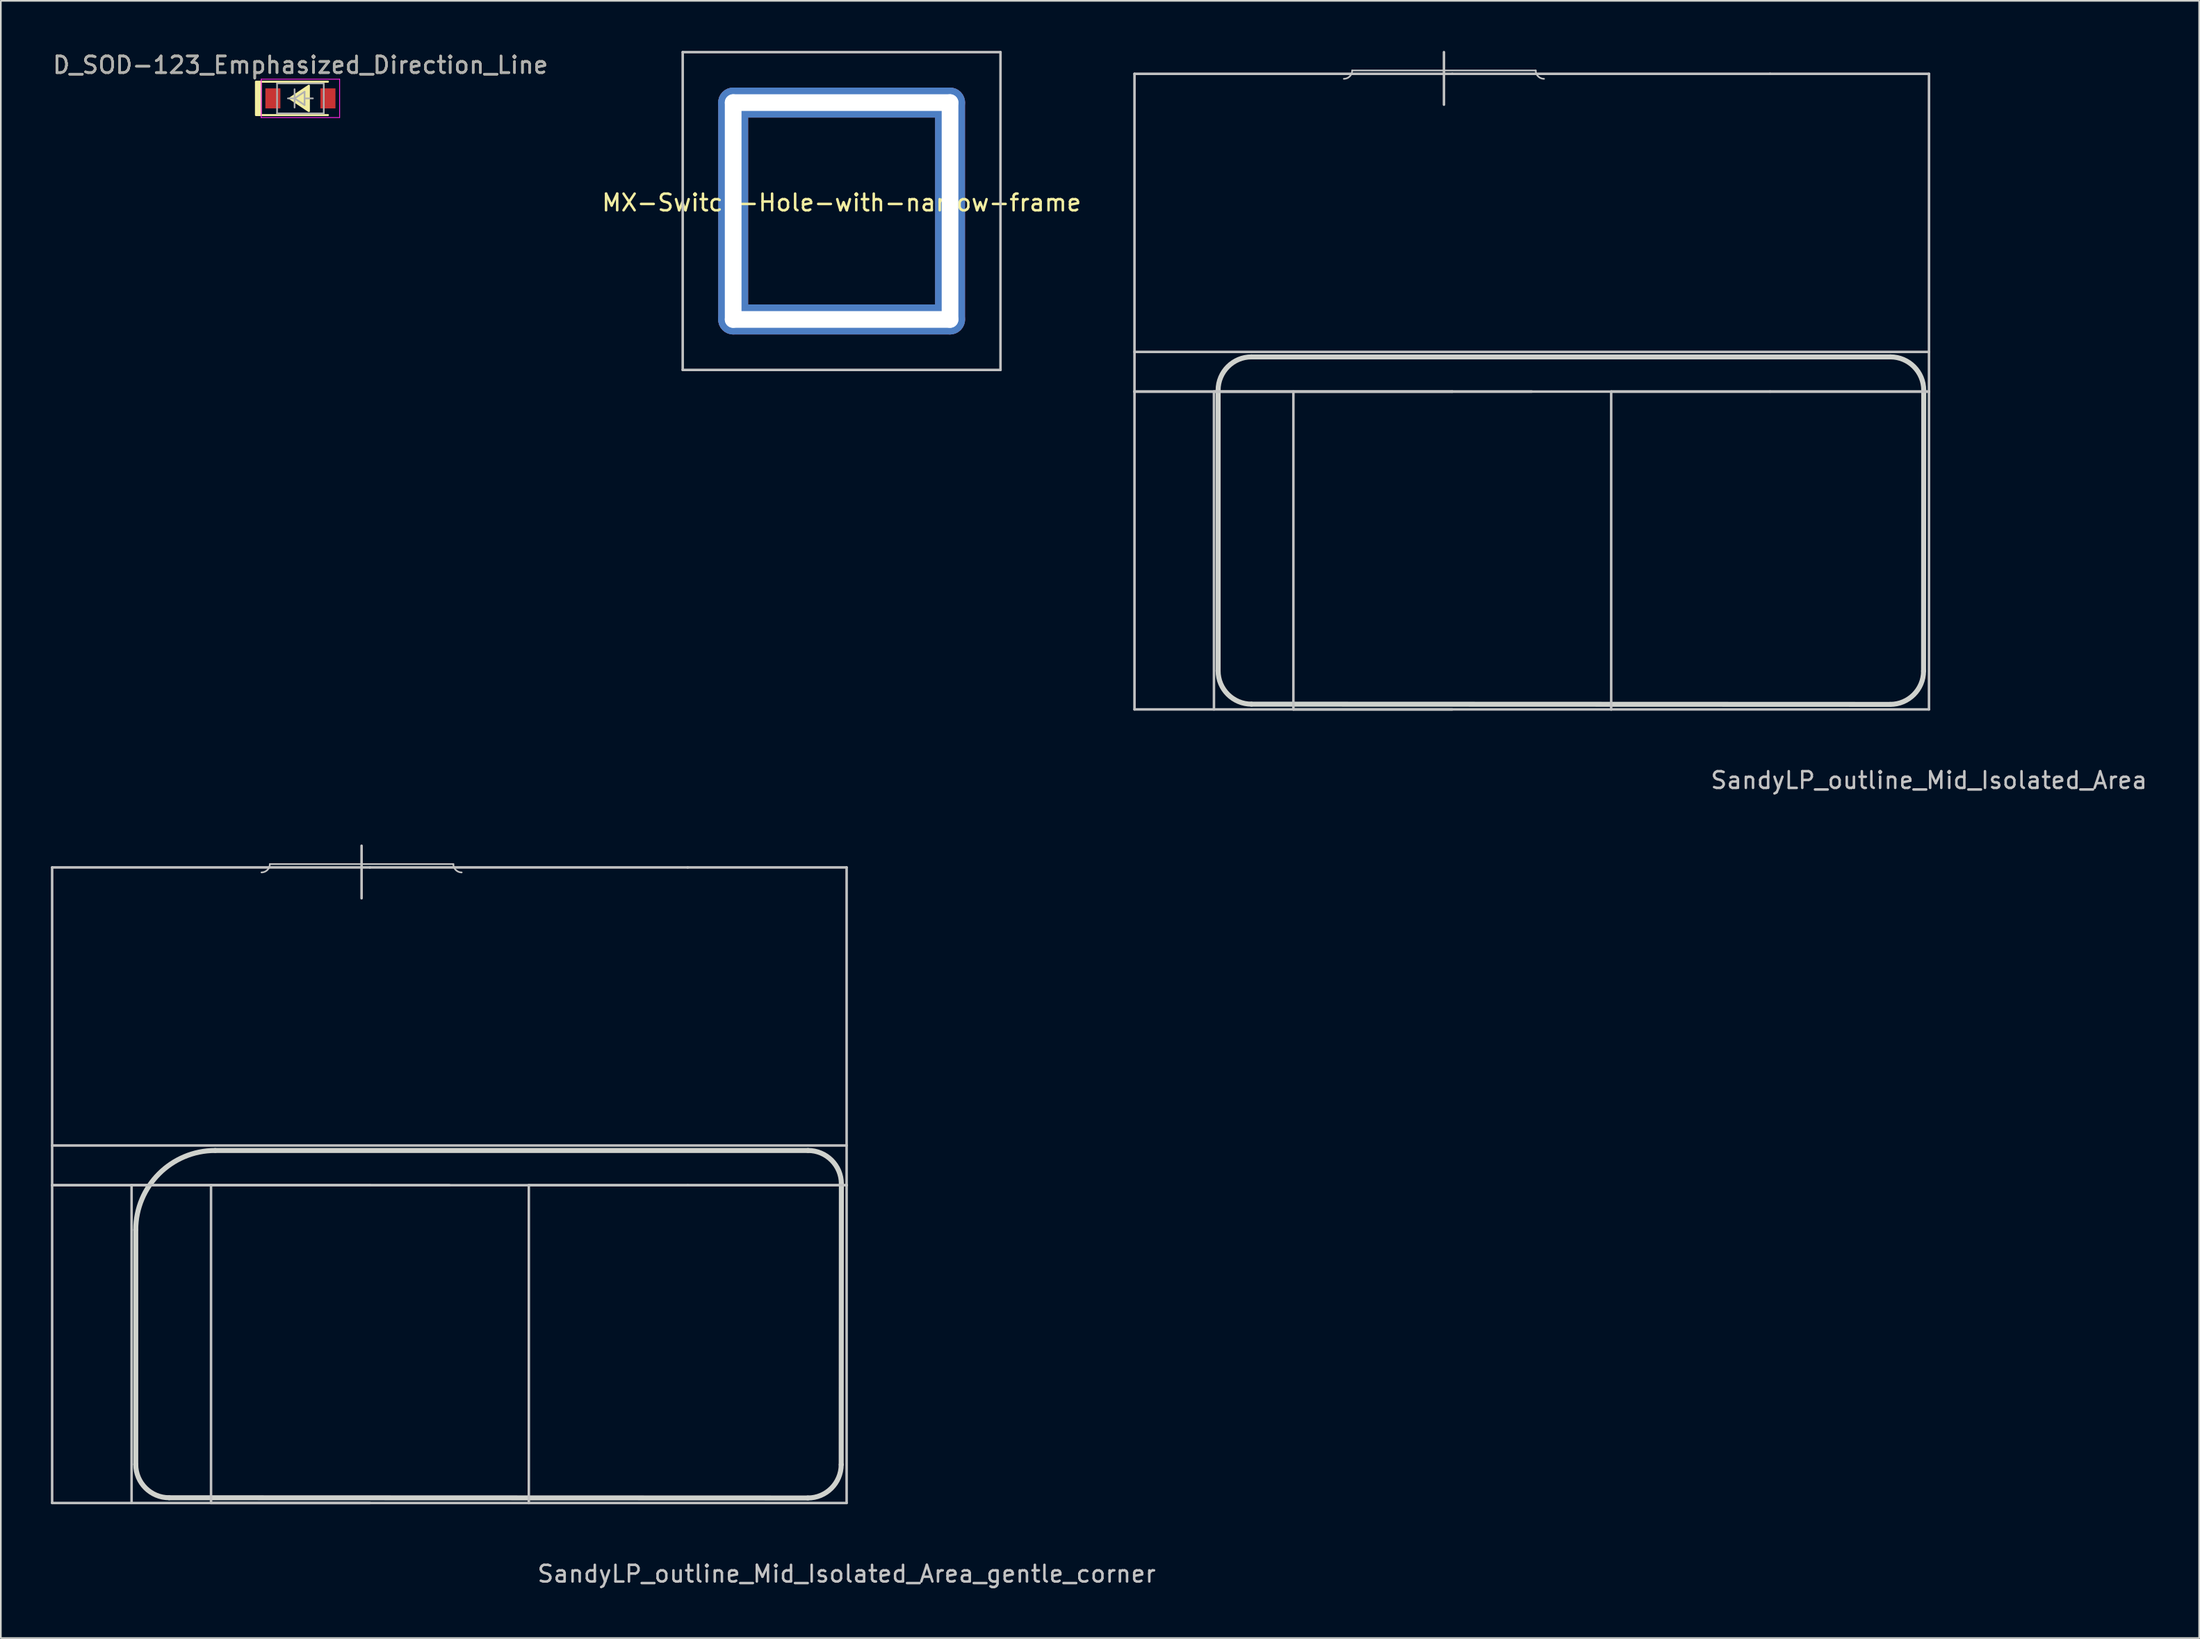
<source format=kicad_pcb>
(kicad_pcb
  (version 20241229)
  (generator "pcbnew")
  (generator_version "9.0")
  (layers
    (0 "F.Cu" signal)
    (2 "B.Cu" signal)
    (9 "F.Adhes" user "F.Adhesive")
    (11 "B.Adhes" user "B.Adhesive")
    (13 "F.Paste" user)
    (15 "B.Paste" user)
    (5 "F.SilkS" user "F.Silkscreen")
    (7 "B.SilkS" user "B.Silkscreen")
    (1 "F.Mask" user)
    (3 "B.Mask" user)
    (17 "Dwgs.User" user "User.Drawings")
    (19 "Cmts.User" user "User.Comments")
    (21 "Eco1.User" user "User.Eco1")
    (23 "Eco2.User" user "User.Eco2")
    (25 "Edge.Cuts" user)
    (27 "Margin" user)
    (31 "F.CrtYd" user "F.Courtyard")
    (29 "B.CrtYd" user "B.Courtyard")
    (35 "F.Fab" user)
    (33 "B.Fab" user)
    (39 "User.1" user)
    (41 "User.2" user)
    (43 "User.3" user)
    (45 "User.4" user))
  (footprint "MX-Switch-Hole-with-narrow-frame"
    (layer "F.Cu")
    (at 47.399 9.6)
    (property "Reference" "MX-Switch-Hole-with-narrow-frame" (at 0 -0.5 0) (unlocked yes) (layer "F.SilkS") (effects (font (size 1 1) (thickness 0.15))))
    (attr through_hole)
    (fp_line (start -9.525 -9.525) (end 9.525 -9.525) (stroke (width 0.15) (type solid)) (layer "Dwgs.User"))
    (fp_line (start -9.525 9.525) (end -9.525 -9.525) (stroke (width 0.15) (type solid)) (layer "Dwgs.User"))
    (fp_line (start 9.525 -9.525) (end 9.525 9.525) (stroke (width 0.15) (type solid)) (layer "Dwgs.User"))
    (fp_line (start 9.525 9.525) (end -9.525 9.525) (stroke (width 0.15) (type solid)) (layer "Dwgs.User"))
    (pad "" np_thru_hole roundrect (at -6.5 0 90) (size 14.8 1.8) (drill oval 14 1) (layers "*.Cu" "*.Mask") (roundrect_rratio 0.5))
    (pad "" np_thru_hole roundrect (at 0 -6.5) (size 14.8 1.8) (drill oval 14 1) (layers "*.Cu" "*.Mask") (roundrect_rratio 0.5))
    (pad "" np_thru_hole roundrect (at 0 6.5) (size 14.8 1.8) (drill oval 14 1) (layers "*.Cu" "*.Mask") (roundrect_rratio 0.5))
    (pad "" np_thru_hole roundrect (at 6.5 0 90) (size 14.8 1.8) (drill oval 14 1) (layers "*.Cu" "*.Mask") (roundrect_rratio 0.5)))
  (footprint "D_SOD-123_Emphasized_Direction_Line"
    (layer "F.Cu")
    (at 14.958 2.848)
    (property "Reference" "D_SOD-123_Emphasized_Direction_Line" (at 0 -2 0) (layer "F.SilkS") (effects (font (size 1 1) (thickness 0.15))))
    (attr smd)
    (fp_line (start -2.35 -1) (end 1.65 -1) (stroke (width 0.12) (type solid)) (layer "F.SilkS"))
    (fp_line (start -2.35 1) (end 1.65 1) (stroke (width 0.12) (type solid)) (layer "F.SilkS"))
    (fp_rect (start -2.375 -1) (end -2.665 1) (stroke (width 0.12) (type solid)) (fill yes) (layer "F.SilkS"))
    (fp_poly (pts (xy 0.508 0.762) (xy -0.635 0) (xy 0.508 -0.762)) (stroke (width 0.12) (type solid)) (fill yes) (layer "F.SilkS"))
    (fp_line (start -2.35 -1.15) (end -2.35 1.15) (stroke (width 0.05) (type solid)) (layer "F.CrtYd"))
    (fp_line (start -2.35 -1.15) (end 2.35 -1.15) (stroke (width 0.05) (type solid)) (layer "F.CrtYd"))
    (fp_line (start 2.35 -1.15) (end 2.35 1.15) (stroke (width 0.05) (type solid)) (layer "F.CrtYd"))
    (fp_line (start 2.35 1.15) (end -2.35 1.15) (stroke (width 0.05) (type solid)) (layer "F.CrtYd"))
    (fp_line (start -1.4 -0.9) (end 1.4 -0.9) (stroke (width 0.1) (type solid)) (layer "F.Fab"))
    (fp_line (start -1.4 0.9) (end -1.4 -0.9) (stroke (width 0.1) (type solid)) (layer "F.Fab"))
    (fp_line (start -0.75 0) (end -0.35 0) (stroke (width 0.1) (type solid)) (layer "F.Fab"))
    (fp_line (start -0.35 0) (end -0.35 -0.55) (stroke (width 0.1) (type solid)) (layer "F.Fab"))
    (fp_line (start -0.35 0) (end -0.35 0.55) (stroke (width 0.1) (type solid)) (layer "F.Fab"))
    (fp_line (start -0.35 0) (end 0.25 -0.4) (stroke (width 0.1) (type solid)) (layer "F.Fab"))
    (fp_line (start 0.25 -0.4) (end 0.25 0.4) (stroke (width 0.1) (type solid)) (layer "F.Fab"))
    (fp_line (start 0.25 0) (end 0.75 0) (stroke (width 0.1) (type solid)) (layer "F.Fab"))
    (fp_line (start 0.25 0.4) (end -0.35 0) (stroke (width 0.1) (type solid)) (layer "F.Fab"))
    (fp_line (start 1.4 -0.9) (end 1.4 0.9) (stroke (width 0.1) (type solid)) (layer "F.Fab"))
    (fp_line (start 1.4 0.9) (end -1.4 0.9) (stroke (width 0.1) (type solid)) (layer "F.Fab"))
    (fp_text user "${REFERENCE}" (at 0 -2 0) (layer "F.Fab") (effects (font (size 1 1) (thickness 0.15))))
    (pad "1" smd rect (at -1.65 0) (size 0.9 1.2) (layers "F.Cu" "F.Mask" "F.Paste"))
    (pad "2" smd rect (at 1.65 0) (size 0.9 1.2) (layers "F.Cu" "F.Mask" "F.Paste")))
  (footprint "SandyLP_outline_Mid_Isolated_Area_gentle_corner"
    (layer "F.Cu")
    (at 47.7 87.048)
    (property "Reference" "SandyLP_outline_Mid_Isolated_Area_gentle_corner" (at 0 4.25 0) (layer "Dwgs.User") (effects (font (size 1 1) (thickness 0.15))))
    (attr through_hole)
    (fp_line (start -47.625 -38.1) (end -28.575 -38.1) (stroke (width 0.15) (type solid)) (layer "Dwgs.User"))
    (fp_line (start -47.625 -19.05) (end -47.625 -38.1) (stroke (width 0.15) (type solid)) (layer "Dwgs.User"))
    (fp_line (start -47.625 -19.05) (end -47.625 0) (stroke (width 0.15) (type solid)) (layer "Dwgs.User"))
    (fp_line (start -42.862 -19.05) (end -23.812 -19.05) (stroke (width 0.15) (type solid)) (layer "Dwgs.User"))
    (fp_line (start -42.862 0) (end -42.862 -19.05) (stroke (width 0.15) (type solid)) (layer "Dwgs.User"))
    (fp_line (start -38.1 0) (end -38.1 -19.05) (stroke (width 0.15) (type solid)) (layer "Dwgs.User"))
    (fp_line (start -34.575 -38.3) (end -23.575 -38.3) (stroke (width 0.1) (type solid)) (layer "Dwgs.User"))
    (fp_line (start -29.075 -39.4) (end -29.075 -36.25) (stroke (width 0.15) (type solid)) (layer "Dwgs.User"))
    (fp_line (start -28.575 -38.1) (end -9.525 -38.1) (stroke (width 0.15) (type solid)) (layer "Dwgs.User"))
    (fp_line (start -28.575 -19.05) (end -47.625 -19.05) (stroke (width 0.15) (type solid)) (layer "Dwgs.User"))
    (fp_line (start -28.575 -19.05) (end -47.625 -19.05) (stroke (width 0.15) (type solid)) (layer "Dwgs.User"))
    (fp_line (start -28.575 0) (end -47.625 0) (stroke (width 0.15) (type solid)) (layer "Dwgs.User"))
    (fp_line (start -19.05 -19.05) (end 0 -19.05) (stroke (width 0.15) (type solid)) (layer "Dwgs.User"))
    (fp_line (start -19.05 0) (end -38.1 0) (stroke (width 0.15) (type solid)) (layer "Dwgs.User"))
    (fp_line (start -19.05 0) (end -19.05 -19.05) (stroke (width 0.15) (type solid)) (layer "Dwgs.User"))
    (fp_line (start -9.525 -38.1) (end 0 -38.1) (stroke (width 0.15) (type solid)) (layer "Dwgs.User"))
    (fp_line (start -9.525 -19.05) (end -28.575 -19.05) (stroke (width 0.15) (type solid)) (layer "Dwgs.User"))
    (fp_line (start 0 -38.1) (end 0 -19.05) (stroke (width 0.15) (type solid)) (layer "Dwgs.User"))
    (fp_line (start 0 -21.431) (end -47.625 -21.431) (stroke (width 0.15) (type solid)) (layer "Dwgs.User"))
    (fp_line (start 0 -19.05) (end -9.525 -19.05) (stroke (width 0.15) (type solid)) (layer "Dwgs.User"))
    (fp_line (start 0 -19.05) (end 0 0) (stroke (width 0.15) (type solid)) (layer "Dwgs.User"))
    (fp_line (start 0 0) (end -19.05 0) (stroke (width 0.15) (type solid)) (layer "Dwgs.User"))
    (fp_arc (start -34.575 -38.30004) (mid -34.721447 -37.946487) (end -35.075 -37.80004) (stroke (width 0.1) (type solid)) (layer "Dwgs.User"))
    (fp_arc (start -23.075 -37.80004) (mid -23.428553 -37.946487) (end -23.575 -38.30004) (stroke (width 0.1) (type solid)) (layer "Dwgs.User"))
    (fp_line (start -42.612 -2.314) (end -42.612 -16.369) (stroke (width 0.3) (type solid)) (layer "Edge.Cuts"))
    (fp_line (start -40.612 -0.314) (end -2.325 -0.3) (stroke (width 0.3) (type solid)) (layer "Edge.Cuts"))
    (fp_line (start -37.85 -21.131) (end -2.315 -21.131) (stroke (width 0.3) (type solid)) (layer "Edge.Cuts"))
    (fp_line (start -0.325 -2.3) (end -0.315 -19.131) (stroke (width 0.3) (type solid)) (layer "Edge.Cuts"))
    (fp_arc (start -42.6125 -16.36879) (mid -41.217596 -19.736386) (end -37.85 -21.13129) (stroke (width 0.3) (type default)) (layer "Edge.Cuts"))
    (fp_arc (start -40.6125 -0.314214) (mid -42.026714 -0.9) (end -42.6125 -2.314214) (stroke (width 0.3) (type solid)) (layer "Edge.Cuts"))
    (fp_arc (start -2.315 -21.13129) (mid -0.900774 -20.545516) (end -0.315 -19.13129) (stroke (width 0.3) (type solid)) (layer "Edge.Cuts"))
    (fp_arc (start -0.325 -2.3) (mid -0.910786 -0.885786) (end -2.325 -0.3) (stroke (width 0.3) (type solid)) (layer "Edge.Cuts")))
  (footprint "SandyLP_outline_Mid_Isolated_Area"
    (layer "F.Cu")
    (at 112.581 39.475)
    (property "Reference" "SandyLP_outline_Mid_Isolated_Area" (at 0 4.25 0) (layer "Dwgs.User") (effects (font (size 1 1) (thickness 0.15))))
    (attr through_hole)
    (fp_line (start -47.625 -38.1) (end -28.575 -38.1) (stroke (width 0.15) (type solid)) (layer "Dwgs.User"))
    (fp_line (start -47.625 -19.05) (end -47.625 -38.1) (stroke (width 0.15) (type solid)) (layer "Dwgs.User"))
    (fp_line (start -47.625 -19.05) (end -47.625 0) (stroke (width 0.15) (type solid)) (layer "Dwgs.User"))
    (fp_line (start -42.862 -19.05) (end -23.812 -19.05) (stroke (width 0.15) (type solid)) (layer "Dwgs.User"))
    (fp_line (start -42.862 0) (end -42.862 -19.05) (stroke (width 0.15) (type solid)) (layer "Dwgs.User"))
    (fp_line (start -38.1 0) (end -38.1 -19.05) (stroke (width 0.15) (type solid)) (layer "Dwgs.User"))
    (fp_line (start -34.575 -38.3) (end -23.575 -38.3) (stroke (width 0.1) (type solid)) (layer "Dwgs.User"))
    (fp_line (start -29.075 -39.4) (end -29.075 -36.25) (stroke (width 0.15) (type solid)) (layer "Dwgs.User"))
    (fp_line (start -28.575 -38.1) (end -9.525 -38.1) (stroke (width 0.15) (type solid)) (layer "Dwgs.User"))
    (fp_line (start -28.575 -19.05) (end -47.625 -19.05) (stroke (width 0.15) (type solid)) (layer "Dwgs.User"))
    (fp_line (start -28.575 -19.05) (end -47.625 -19.05) (stroke (width 0.15) (type solid)) (layer "Dwgs.User"))
    (fp_line (start -28.575 0) (end -47.625 0) (stroke (width 0.15) (type solid)) (layer "Dwgs.User"))
    (fp_line (start -19.05 -19.05) (end 0 -19.05) (stroke (width 0.15) (type solid)) (layer "Dwgs.User"))
    (fp_line (start -19.05 0) (end -38.1 0) (stroke (width 0.15) (type solid)) (layer "Dwgs.User"))
    (fp_line (start -19.05 0) (end -19.05 -19.05) (stroke (width 0.15) (type solid)) (layer "Dwgs.User"))
    (fp_line (start -9.525 -38.1) (end 0 -38.1) (stroke (width 0.15) (type solid)) (layer "Dwgs.User"))
    (fp_line (start -9.525 -19.05) (end -28.575 -19.05) (stroke (width 0.15) (type solid)) (layer "Dwgs.User"))
    (fp_line (start 0 -38.1) (end 0 -19.05) (stroke (width 0.15) (type solid)) (layer "Dwgs.User"))
    (fp_line (start 0 -21.431) (end -47.625 -21.431) (stroke (width 0.15) (type solid)) (layer "Dwgs.User"))
    (fp_line (start 0 -19.05) (end -9.525 -19.05) (stroke (width 0.15) (type solid)) (layer "Dwgs.User"))
    (fp_line (start 0 -19.05) (end 0 0) (stroke (width 0.15) (type solid)) (layer "Dwgs.User"))
    (fp_line (start 0 0) (end -19.05 0) (stroke (width 0.15) (type solid)) (layer "Dwgs.User"))
    (fp_arc (start -34.575 -38.30004) (mid -34.721447 -37.946487) (end -35.075 -37.80004) (stroke (width 0.1) (type solid)) (layer "Dwgs.User"))
    (fp_arc (start -23.075 -37.80004) (mid -23.428553 -37.946487) (end -23.575 -38.30004) (stroke (width 0.1) (type solid)) (layer "Dwgs.User"))
    (fp_line (start -42.612 -2.314) (end -42.612 -19.131) (stroke (width 0.3) (type solid)) (layer "Edge.Cuts"))
    (fp_line (start -40.612 -21.131) (end -2.315 -21.131) (stroke (width 0.3) (type solid)) (layer "Edge.Cuts"))
    (fp_line (start -40.612 -0.314) (end -2.325 -0.3) (stroke (width 0.3) (type solid)) (layer "Edge.Cuts"))
    (fp_line (start -0.325 -2.3) (end -0.315 -19.131) (stroke (width 0.3) (type solid)) (layer "Edge.Cuts"))
    (fp_arc (start -42.6125 -19.13129) (mid -42.026714 -20.545504) (end -40.6125 -21.13129) (stroke (width 0.3) (type solid)) (layer "Edge.Cuts"))
    (fp_arc (start -40.6125 -0.314214) (mid -42.026714 -0.9) (end -42.6125 -2.314214) (stroke (width 0.3) (type solid)) (layer "Edge.Cuts"))
    (fp_arc (start -2.315 -21.13129) (mid -0.900774 -20.545516) (end -0.315 -19.13129) (stroke (width 0.3) (type solid)) (layer "Edge.Cuts"))
    (fp_arc (start -0.325 -2.3) (mid -0.910786 -0.885786) (end -2.325 -0.3) (stroke (width 0.3) (type solid)) (layer "Edge.Cuts")))
  (gr_rect
    (start -3 -3)
    (end 128.777 95.147)
    (stroke (width 0.1) (type default))
    (fill no)
    (layer "Edge.Cuts")))
</source>
